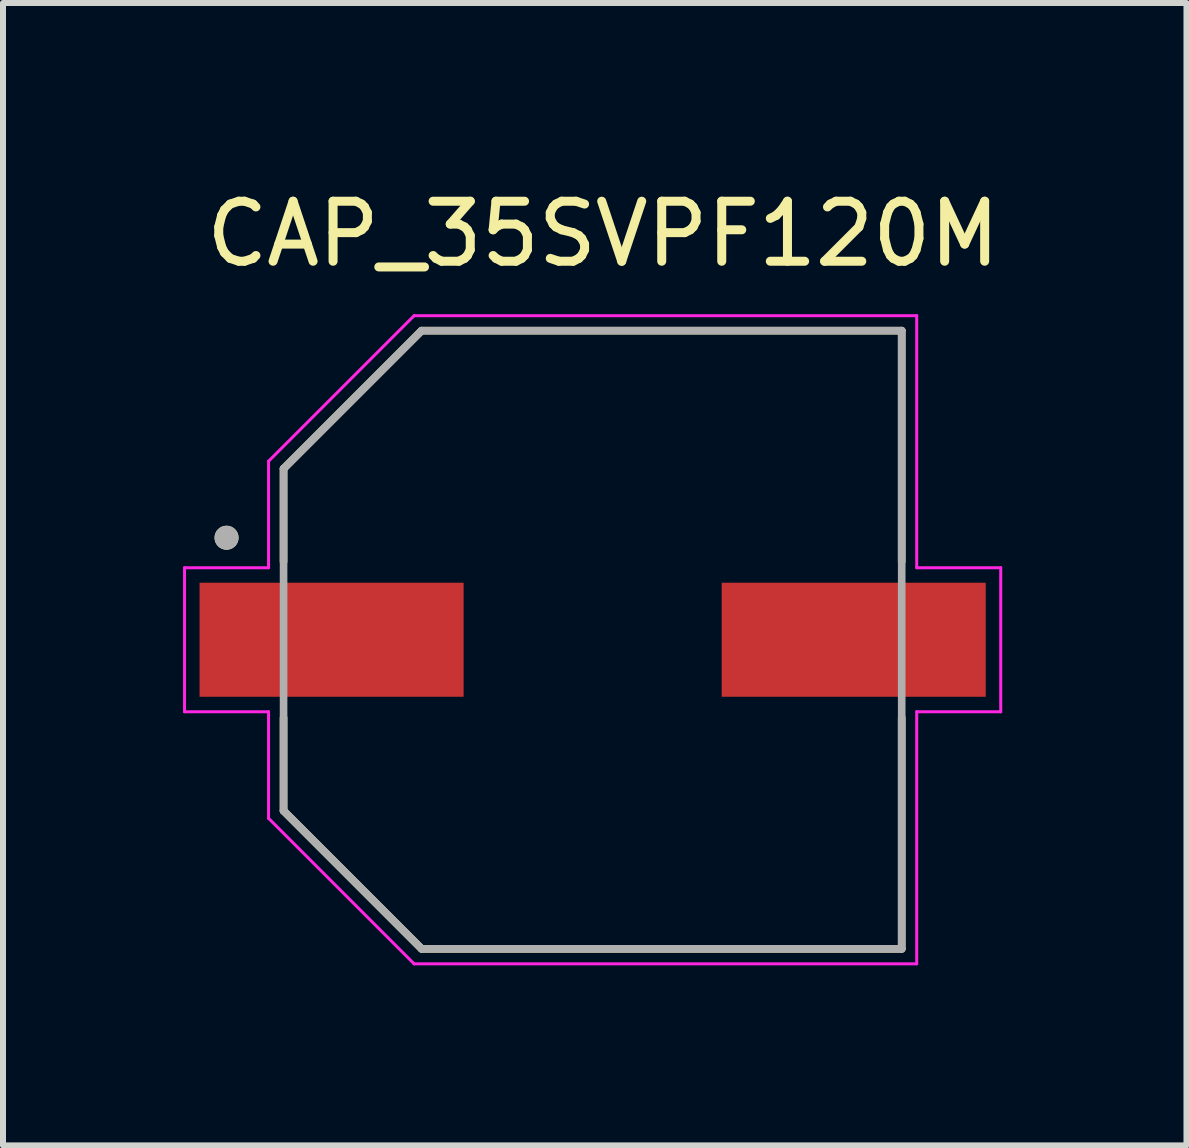
<source format=kicad_pcb>
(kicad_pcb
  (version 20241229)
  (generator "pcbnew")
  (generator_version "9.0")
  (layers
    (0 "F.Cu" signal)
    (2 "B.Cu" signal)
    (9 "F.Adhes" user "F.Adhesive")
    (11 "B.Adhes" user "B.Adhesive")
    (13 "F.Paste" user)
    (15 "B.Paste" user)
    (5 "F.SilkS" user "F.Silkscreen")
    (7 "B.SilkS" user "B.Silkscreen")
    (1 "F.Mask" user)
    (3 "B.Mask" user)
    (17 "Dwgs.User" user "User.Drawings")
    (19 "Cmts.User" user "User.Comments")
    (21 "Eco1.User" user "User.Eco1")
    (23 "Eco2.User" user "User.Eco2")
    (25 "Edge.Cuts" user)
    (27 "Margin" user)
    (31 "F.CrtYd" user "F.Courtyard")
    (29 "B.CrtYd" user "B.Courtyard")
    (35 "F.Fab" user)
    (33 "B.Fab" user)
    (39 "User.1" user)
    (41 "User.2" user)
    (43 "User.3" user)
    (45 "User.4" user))
  (footprint "CAP_35SVPF120M"
    (layer "F.Cu")
    (at 6.825 7.61)
    (property "Reference" "CAP_35SVPF120M" (at 0.175 -6.762 0) (layer "F.SilkS") (effects (font (size 1 1) (thickness 0.15))))
    (attr through_hole)
    (fp_line (start -5.15 -2.85) (end -2.85 -5.15) (stroke (width 0.127) (type solid)) (layer "F.SilkS"))
    (fp_line (start -5.15 -1.3) (end -5.15 -2.85) (stroke (width 0.127) (type solid)) (layer "F.SilkS"))
    (fp_line (start -5.15 2.85) (end -5.15 1.3) (stroke (width 0.127) (type solid)) (layer "F.SilkS"))
    (fp_line (start -2.85 -5.15) (end 5.15 -5.15) (stroke (width 0.127) (type solid)) (layer "F.SilkS"))
    (fp_line (start -2.85 5.15) (end -5.15 2.85) (stroke (width 0.127) (type solid)) (layer "F.SilkS"))
    (fp_line (start 5.15 -5.15) (end 5.15 -1.3) (stroke (width 0.127) (type solid)) (layer "F.SilkS"))
    (fp_line (start 5.15 1.3) (end 5.15 5.15) (stroke (width 0.127) (type solid)) (layer "F.SilkS"))
    (fp_line (start 5.15 5.15) (end -2.85 5.15) (stroke (width 0.127) (type solid)) (layer "F.SilkS"))
    (fp_circle (center -6.1 -1.7) (end -6 -1.7) (stroke (width 0.2) (type solid)) (fill no) (layer "F.SilkS"))
    (fp_line (start -6.8 -1.2) (end -5.4 -1.2) (stroke (width 0.05) (type solid)) (layer "F.CrtYd"))
    (fp_line (start -6.8 1.2) (end -6.8 -1.2) (stroke (width 0.05) (type solid)) (layer "F.CrtYd"))
    (fp_line (start -5.4 -2.975) (end -2.975 -5.4) (stroke (width 0.05) (type solid)) (layer "F.CrtYd"))
    (fp_line (start -5.4 -1.2) (end -5.4 -2.975) (stroke (width 0.05) (type solid)) (layer "F.CrtYd"))
    (fp_line (start -5.4 1.2) (end -6.8 1.2) (stroke (width 0.05) (type solid)) (layer "F.CrtYd"))
    (fp_line (start -5.4 2.975) (end -5.4 1.2) (stroke (width 0.05) (type solid)) (layer "F.CrtYd"))
    (fp_line (start -2.975 -5.4) (end 5.4 -5.4) (stroke (width 0.05) (type solid)) (layer "F.CrtYd"))
    (fp_line (start -2.975 5.4) (end -5.4 2.975) (stroke (width 0.05) (type solid)) (layer "F.CrtYd"))
    (fp_line (start 5.4 -5.4) (end 5.4 -1.2) (stroke (width 0.05) (type solid)) (layer "F.CrtYd"))
    (fp_line (start 5.4 -1.2) (end 6.8 -1.2) (stroke (width 0.05) (type solid)) (layer "F.CrtYd"))
    (fp_line (start 5.4 1.2) (end 5.4 5.4) (stroke (width 0.05) (type solid)) (layer "F.CrtYd"))
    (fp_line (start 5.4 5.4) (end -2.975 5.4) (stroke (width 0.05) (type solid)) (layer "F.CrtYd"))
    (fp_line (start 6.8 -1.2) (end 6.8 1.2) (stroke (width 0.05) (type solid)) (layer "F.CrtYd"))
    (fp_line (start 6.8 1.2) (end 5.4 1.2) (stroke (width 0.05) (type solid)) (layer "F.CrtYd"))
    (fp_line (start -5.15 -2.85) (end -2.85 -5.15) (stroke (width 0.127) (type solid)) (layer "F.Fab"))
    (fp_line (start -5.15 2.85) (end -5.15 -2.85) (stroke (width 0.127) (type solid)) (layer "F.Fab"))
    (fp_line (start -2.85 -5.15) (end 5.15 -5.15) (stroke (width 0.127) (type solid)) (layer "F.Fab"))
    (fp_line (start -2.85 5.15) (end -5.15 2.85) (stroke (width 0.127) (type solid)) (layer "F.Fab"))
    (fp_line (start 5.15 -5.15) (end 5.15 5.15) (stroke (width 0.127) (type solid)) (layer "F.Fab"))
    (fp_line (start 5.15 5.15) (end -2.85 5.15) (stroke (width 0.127) (type solid)) (layer "F.Fab"))
    (fp_circle (center -6.1 -1.7) (end -6 -1.7) (stroke (width 0.2) (type solid)) (fill no) (layer "F.Fab"))
    (pad "1" smd rect (at -4.35 0) (size 4.4 1.9) (layers "F.Cu" "F.Mask" "F.Paste"))
    (pad "2" smd rect (at 4.35 0) (size 4.4 1.9) (layers "F.Cu" "F.Mask" "F.Paste")))
  (gr_rect
    (start -3 -3)
    (end 16.72 16.035)
    (stroke (width 0.1) (type default))
    (fill no)
    (layer "Edge.Cuts")))
</source>
